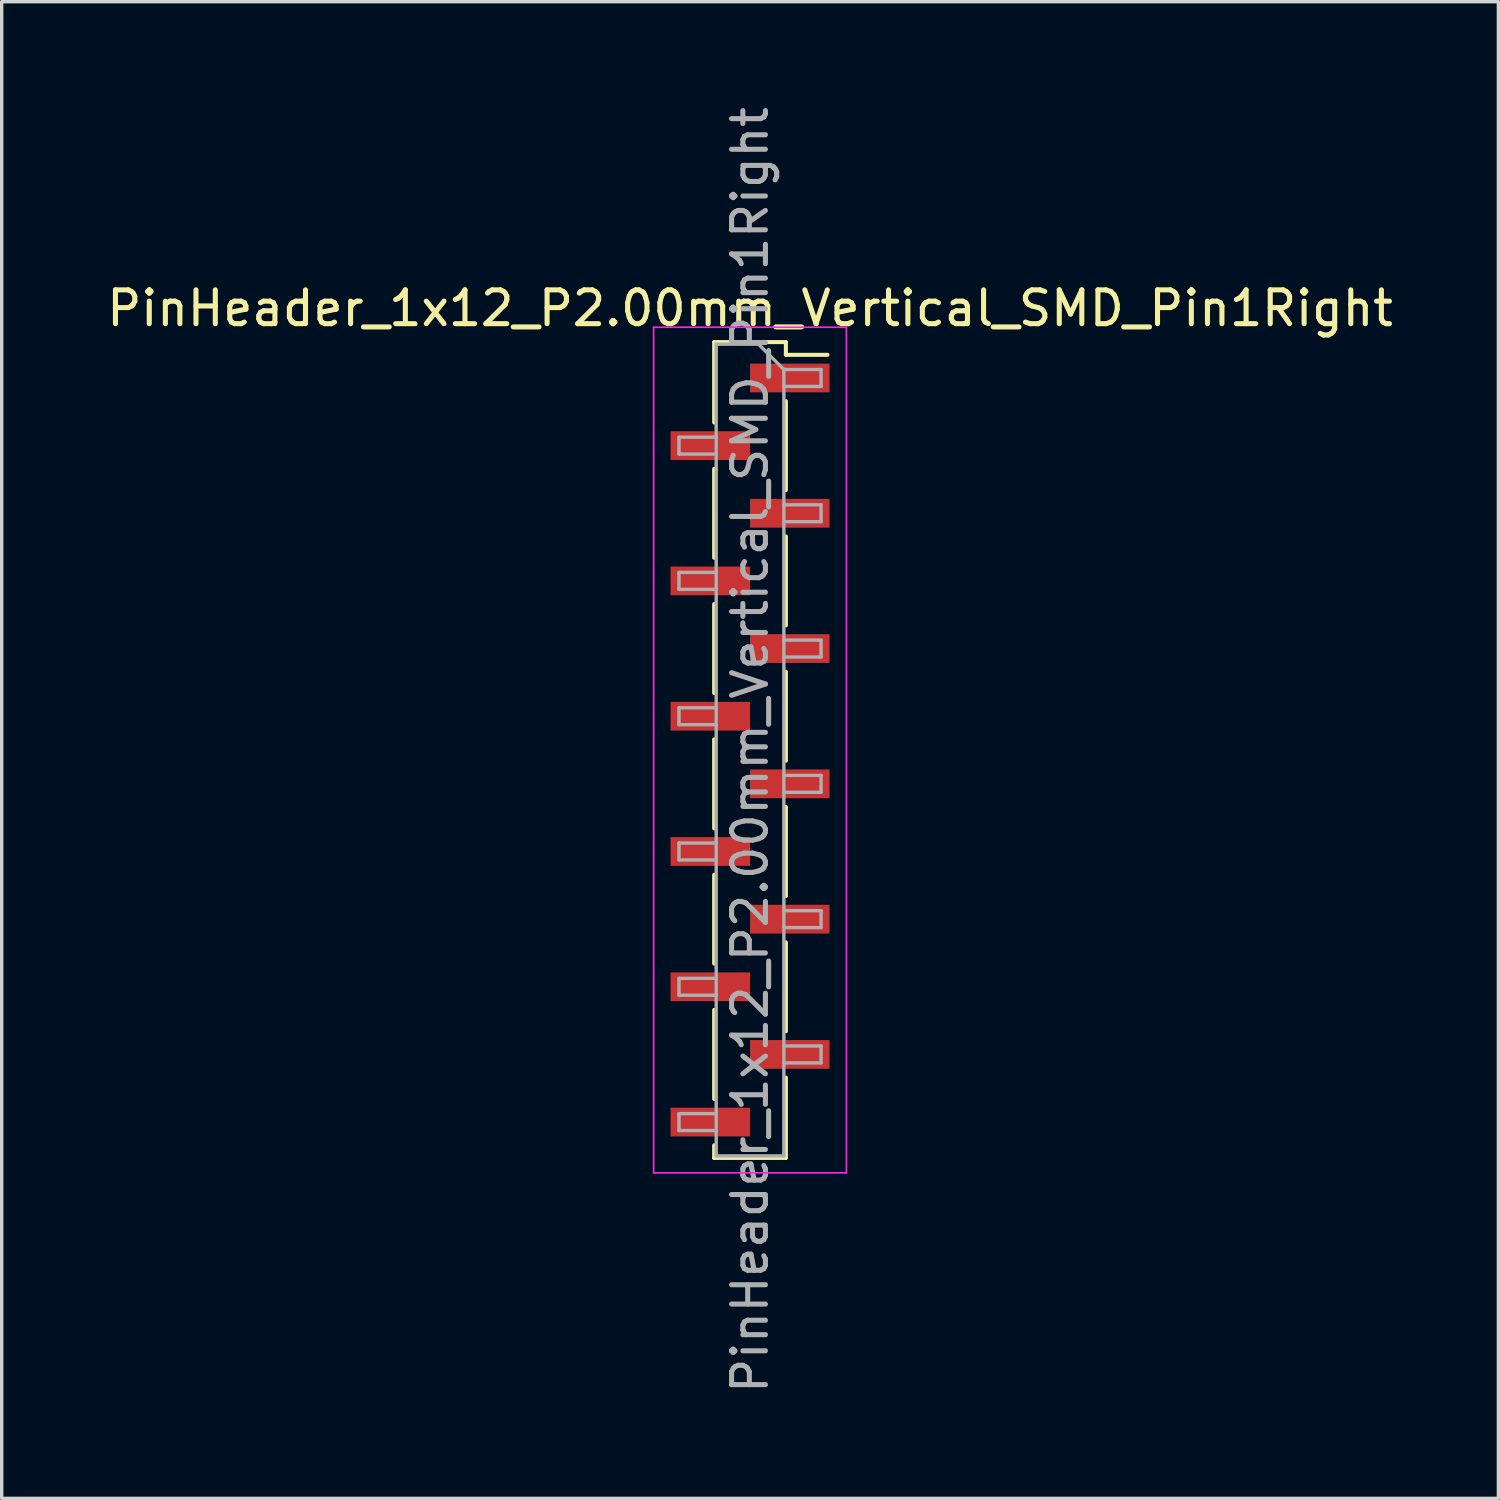
<source format=kicad_pcb>
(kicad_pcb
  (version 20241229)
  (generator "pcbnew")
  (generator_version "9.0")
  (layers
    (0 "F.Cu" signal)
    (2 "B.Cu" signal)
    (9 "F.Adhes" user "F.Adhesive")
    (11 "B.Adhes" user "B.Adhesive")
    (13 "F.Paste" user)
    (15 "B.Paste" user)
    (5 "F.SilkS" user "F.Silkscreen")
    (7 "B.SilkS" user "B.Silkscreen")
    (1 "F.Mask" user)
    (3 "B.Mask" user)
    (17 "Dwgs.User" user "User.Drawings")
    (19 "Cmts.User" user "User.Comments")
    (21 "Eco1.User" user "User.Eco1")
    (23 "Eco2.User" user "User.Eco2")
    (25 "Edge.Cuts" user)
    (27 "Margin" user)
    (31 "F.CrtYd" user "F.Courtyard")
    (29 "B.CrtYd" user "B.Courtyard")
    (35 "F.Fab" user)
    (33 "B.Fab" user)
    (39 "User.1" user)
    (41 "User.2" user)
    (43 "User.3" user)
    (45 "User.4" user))
  (footprint "PinHeader_1x12_P2.00mm_Vertical_SMD_Pin1Right"
    (layer "F.Cu")
    (at 19.125 19.125)
    (property "Reference" "PinHeader_1x12_P2.00mm_Vertical_SMD_Pin1Right" (at 0 -13.06 0) (layer "F.SilkS") (effects (font (size 1 1) (thickness 0.15))))
    (attr smd)
    (fp_line (start -1.06 -12.06) (end -1.06 -9.685) (stroke (width 0.12) (type solid)) (layer "F.SilkS"))
    (fp_line (start -1.06 -12.06) (end 1.06 -12.06) (stroke (width 0.12) (type solid)) (layer "F.SilkS"))
    (fp_line (start -1.06 -8.315) (end -1.06 -5.685) (stroke (width 0.12) (type solid)) (layer "F.SilkS"))
    (fp_line (start -1.06 -4.315) (end -1.06 -1.685) (stroke (width 0.12) (type solid)) (layer "F.SilkS"))
    (fp_line (start -1.06 -0.315) (end -1.06 2.315) (stroke (width 0.12) (type solid)) (layer "F.SilkS"))
    (fp_line (start -1.06 3.685) (end -1.06 6.315) (stroke (width 0.12) (type solid)) (layer "F.SilkS"))
    (fp_line (start -1.06 7.685) (end -1.06 10.315) (stroke (width 0.12) (type solid)) (layer "F.SilkS"))
    (fp_line (start -1.06 11.685) (end -1.06 12.06) (stroke (width 0.12) (type solid)) (layer "F.SilkS"))
    (fp_line (start -1.06 12.06) (end 1.06 12.06) (stroke (width 0.12) (type solid)) (layer "F.SilkS"))
    (fp_line (start 1.06 -12.06) (end 1.06 -11.685) (stroke (width 0.12) (type solid)) (layer "F.SilkS"))
    (fp_line (start 1.06 -11.685) (end 2.29 -11.685) (stroke (width 0.12) (type solid)) (layer "F.SilkS"))
    (fp_line (start 1.06 -10.315) (end 1.06 -7.685) (stroke (width 0.12) (type solid)) (layer "F.SilkS"))
    (fp_line (start 1.06 -6.315) (end 1.06 -3.685) (stroke (width 0.12) (type solid)) (layer "F.SilkS"))
    (fp_line (start 1.06 -2.315) (end 1.06 0.315) (stroke (width 0.12) (type solid)) (layer "F.SilkS"))
    (fp_line (start 1.06 1.685) (end 1.06 4.315) (stroke (width 0.12) (type solid)) (layer "F.SilkS"))
    (fp_line (start 1.06 5.685) (end 1.06 8.315) (stroke (width 0.12) (type solid)) (layer "F.SilkS"))
    (fp_line (start 1.06 9.685) (end 1.06 12.06) (stroke (width 0.12) (type solid)) (layer "F.SilkS"))
    (fp_line (start -2.85 -12.5) (end -2.85 12.5) (stroke (width 0.05) (type solid)) (layer "F.CrtYd"))
    (fp_line (start -2.85 12.5) (end 2.85 12.5) (stroke (width 0.05) (type solid)) (layer "F.CrtYd"))
    (fp_line (start 2.85 -12.5) (end -2.85 -12.5) (stroke (width 0.05) (type solid)) (layer "F.CrtYd"))
    (fp_line (start 2.85 12.5) (end 2.85 -12.5) (stroke (width 0.05) (type solid)) (layer "F.CrtYd"))
    (fp_line (start -2.1 -9.25) (end -2.1 -8.75) (stroke (width 0.1) (type solid)) (layer "F.Fab"))
    (fp_line (start -2.1 -8.75) (end -1 -8.75) (stroke (width 0.1) (type solid)) (layer "F.Fab"))
    (fp_line (start -2.1 -5.25) (end -2.1 -4.75) (stroke (width 0.1) (type solid)) (layer "F.Fab"))
    (fp_line (start -2.1 -4.75) (end -1 -4.75) (stroke (width 0.1) (type solid)) (layer "F.Fab"))
    (fp_line (start -2.1 -1.25) (end -2.1 -0.75) (stroke (width 0.1) (type solid)) (layer "F.Fab"))
    (fp_line (start -2.1 -0.75) (end -1 -0.75) (stroke (width 0.1) (type solid)) (layer "F.Fab"))
    (fp_line (start -2.1 2.75) (end -2.1 3.25) (stroke (width 0.1) (type solid)) (layer "F.Fab"))
    (fp_line (start -2.1 3.25) (end -1 3.25) (stroke (width 0.1) (type solid)) (layer "F.Fab"))
    (fp_line (start -2.1 6.75) (end -2.1 7.25) (stroke (width 0.1) (type solid)) (layer "F.Fab"))
    (fp_line (start -2.1 7.25) (end -1 7.25) (stroke (width 0.1) (type solid)) (layer "F.Fab"))
    (fp_line (start -2.1 10.75) (end -2.1 11.25) (stroke (width 0.1) (type solid)) (layer "F.Fab"))
    (fp_line (start -2.1 11.25) (end -1 11.25) (stroke (width 0.1) (type solid)) (layer "F.Fab"))
    (fp_line (start -1 -12) (end -1 12) (stroke (width 0.1) (type solid)) (layer "F.Fab"))
    (fp_line (start -1 -12) (end 0.25 -12) (stroke (width 0.1) (type solid)) (layer "F.Fab"))
    (fp_line (start -1 -9.25) (end -2.1 -9.25) (stroke (width 0.1) (type solid)) (layer "F.Fab"))
    (fp_line (start -1 -5.25) (end -2.1 -5.25) (stroke (width 0.1) (type solid)) (layer "F.Fab"))
    (fp_line (start -1 -1.25) (end -2.1 -1.25) (stroke (width 0.1) (type solid)) (layer "F.Fab"))
    (fp_line (start -1 2.75) (end -2.1 2.75) (stroke (width 0.1) (type solid)) (layer "F.Fab"))
    (fp_line (start -1 6.75) (end -2.1 6.75) (stroke (width 0.1) (type solid)) (layer "F.Fab"))
    (fp_line (start -1 10.75) (end -2.1 10.75) (stroke (width 0.1) (type solid)) (layer "F.Fab"))
    (fp_line (start 1 -11.25) (end 0.25 -12) (stroke (width 0.1) (type solid)) (layer "F.Fab"))
    (fp_line (start 1 -11.25) (end 2.1 -11.25) (stroke (width 0.1) (type solid)) (layer "F.Fab"))
    (fp_line (start 1 -7.25) (end 2.1 -7.25) (stroke (width 0.1) (type solid)) (layer "F.Fab"))
    (fp_line (start 1 -3.25) (end 2.1 -3.25) (stroke (width 0.1) (type solid)) (layer "F.Fab"))
    (fp_line (start 1 0.75) (end 2.1 0.75) (stroke (width 0.1) (type solid)) (layer "F.Fab"))
    (fp_line (start 1 4.75) (end 2.1 4.75) (stroke (width 0.1) (type solid)) (layer "F.Fab"))
    (fp_line (start 1 8.75) (end 2.1 8.75) (stroke (width 0.1) (type solid)) (layer "F.Fab"))
    (fp_line (start 1 12) (end -1 12) (stroke (width 0.1) (type solid)) (layer "F.Fab"))
    (fp_line (start 1 12) (end 1 -11.25) (stroke (width 0.1) (type solid)) (layer "F.Fab"))
    (fp_line (start 2.1 -11.25) (end 2.1 -10.75) (stroke (width 0.1) (type solid)) (layer "F.Fab"))
    (fp_line (start 2.1 -10.75) (end 1 -10.75) (stroke (width 0.1) (type solid)) (layer "F.Fab"))
    (fp_line (start 2.1 -7.25) (end 2.1 -6.75) (stroke (width 0.1) (type solid)) (layer "F.Fab"))
    (fp_line (start 2.1 -6.75) (end 1 -6.75) (stroke (width 0.1) (type solid)) (layer "F.Fab"))
    (fp_line (start 2.1 -3.25) (end 2.1 -2.75) (stroke (width 0.1) (type solid)) (layer "F.Fab"))
    (fp_line (start 2.1 -2.75) (end 1 -2.75) (stroke (width 0.1) (type solid)) (layer "F.Fab"))
    (fp_line (start 2.1 0.75) (end 2.1 1.25) (stroke (width 0.1) (type solid)) (layer "F.Fab"))
    (fp_line (start 2.1 1.25) (end 1 1.25) (stroke (width 0.1) (type solid)) (layer "F.Fab"))
    (fp_line (start 2.1 4.75) (end 2.1 5.25) (stroke (width 0.1) (type solid)) (layer "F.Fab"))
    (fp_line (start 2.1 5.25) (end 1 5.25) (stroke (width 0.1) (type solid)) (layer "F.Fab"))
    (fp_line (start 2.1 8.75) (end 2.1 9.25) (stroke (width 0.1) (type solid)) (layer "F.Fab"))
    (fp_line (start 2.1 9.25) (end 1 9.25) (stroke (width 0.1) (type solid)) (layer "F.Fab"))
    (fp_text user "${REFERENCE}" (at 0 0 90) (layer "F.Fab") (effects (font (size 1 1) (thickness 0.15))))
    (pad "1" smd rect (at 1.175 -11) (size 2.35 0.85) (layers "F.Cu" "F.Mask" "F.Paste"))
    (pad "2" smd rect (at -1.175 -9) (size 2.35 0.85) (layers "F.Cu" "F.Mask" "F.Paste"))
    (pad "3" smd rect (at 1.175 -7) (size 2.35 0.85) (layers "F.Cu" "F.Mask" "F.Paste"))
    (pad "4" smd rect (at -1.175 -5) (size 2.35 0.85) (layers "F.Cu" "F.Mask" "F.Paste"))
    (pad "5" smd rect (at 1.175 -3) (size 2.35 0.85) (layers "F.Cu" "F.Mask" "F.Paste"))
    (pad "6" smd rect (at -1.175 -1) (size 2.35 0.85) (layers "F.Cu" "F.Mask" "F.Paste"))
    (pad "7" smd rect (at 1.175 1) (size 2.35 0.85) (layers "F.Cu" "F.Mask" "F.Paste"))
    (pad "8" smd rect (at -1.175 3) (size 2.35 0.85) (layers "F.Cu" "F.Mask" "F.Paste"))
    (pad "9" smd rect (at 1.175 5) (size 2.35 0.85) (layers "F.Cu" "F.Mask" "F.Paste"))
    (pad "10" smd rect (at -1.175 7) (size 2.35 0.85) (layers "F.Cu" "F.Mask" "F.Paste"))
    (pad "11" smd rect (at 1.175 9) (size 2.35 0.85) (layers "F.Cu" "F.Mask" "F.Paste"))
    (pad "12" smd rect (at -1.175 11) (size 2.35 0.85) (layers "F.Cu" "F.Mask" "F.Paste")))
  (gr_rect
    (start -3 -3)
    (end 41.25 41.25)
    (stroke (width 0.1) (type default))
    (fill no)
    (layer "Edge.Cuts")))
</source>
